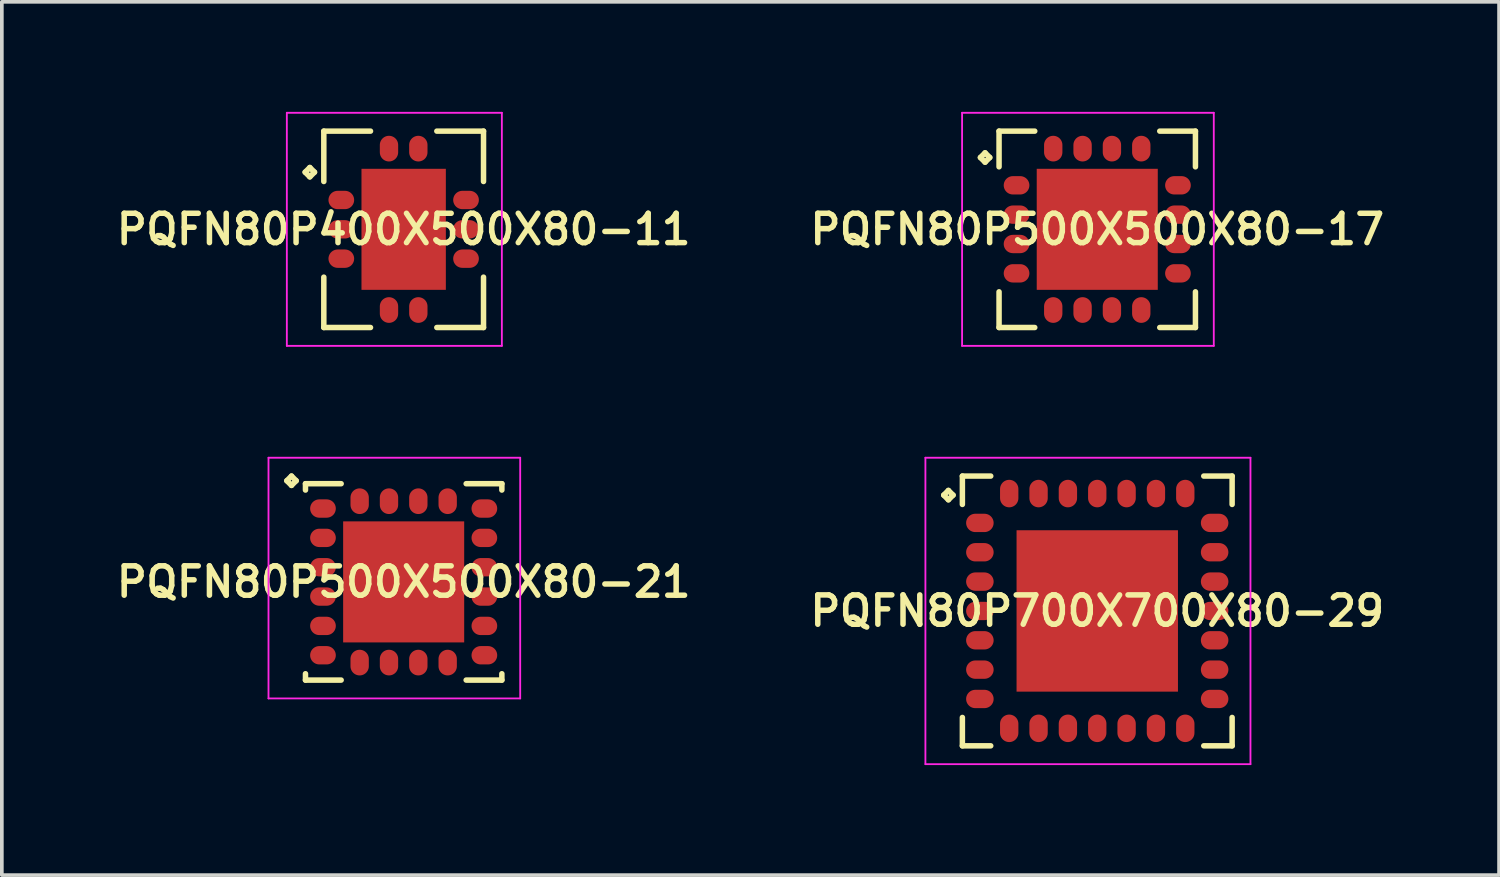
<source format=kicad_pcb>
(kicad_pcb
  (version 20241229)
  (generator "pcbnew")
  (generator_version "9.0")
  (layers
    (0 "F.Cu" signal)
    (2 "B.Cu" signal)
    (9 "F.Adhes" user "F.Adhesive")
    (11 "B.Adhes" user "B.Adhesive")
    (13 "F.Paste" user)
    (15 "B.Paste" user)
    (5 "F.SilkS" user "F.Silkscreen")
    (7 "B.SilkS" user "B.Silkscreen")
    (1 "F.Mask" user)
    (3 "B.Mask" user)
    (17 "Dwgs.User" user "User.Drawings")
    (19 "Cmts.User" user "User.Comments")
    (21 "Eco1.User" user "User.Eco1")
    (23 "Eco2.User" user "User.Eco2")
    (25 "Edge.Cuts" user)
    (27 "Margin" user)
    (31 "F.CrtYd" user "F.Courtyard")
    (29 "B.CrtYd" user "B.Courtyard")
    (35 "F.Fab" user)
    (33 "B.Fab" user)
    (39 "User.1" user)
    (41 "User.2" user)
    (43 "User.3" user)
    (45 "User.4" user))
  (footprint "PQFN80P700X700X80-29"
    (layer "F.Cu")
    (at 26.864 13.606)
    (property "Reference" "PQFN80P700X700X80-29" (at 0 0 0) (layer "F.SilkS") (effects (font (size 0.8 0.8) (thickness 0.15))))
    (attr smd)
    (fp_line (start -4.185 -3.158) (end -4.058 -3.285) (stroke (width 0.15) (type solid)) (layer "F.SilkS"))
    (fp_line (start -4.058 -3.285) (end -3.931 -3.158) (stroke (width 0.15) (type solid)) (layer "F.SilkS"))
    (fp_line (start -4.058 -3.031) (end -4.185 -3.158) (stroke (width 0.15) (type solid)) (layer "F.SilkS"))
    (fp_line (start -3.931 -3.158) (end -4.058 -3.031) (stroke (width 0.15) (type solid)) (layer "F.SilkS"))
    (fp_line (start -3.677 -3.677) (end -2.904 -3.677) (stroke (width 0.15) (type solid)) (layer "F.SilkS"))
    (fp_line (start -3.677 -2.904) (end -3.677 -3.677) (stroke (width 0.15) (type solid)) (layer "F.SilkS"))
    (fp_line (start -3.677 2.904) (end -3.677 3.677) (stroke (width 0.15) (type solid)) (layer "F.SilkS"))
    (fp_line (start -3.677 3.677) (end -2.904 3.677) (stroke (width 0.15) (type solid)) (layer "F.SilkS"))
    (fp_line (start 2.904 -3.677) (end 3.677 -3.677) (stroke (width 0.15) (type solid)) (layer "F.SilkS"))
    (fp_line (start 2.904 3.677) (end 3.677 3.677) (stroke (width 0.15) (type solid)) (layer "F.SilkS"))
    (fp_line (start 3.677 -3.677) (end 3.677 -2.904) (stroke (width 0.15) (type solid)) (layer "F.SilkS"))
    (fp_line (start 3.677 3.677) (end 3.677 2.904) (stroke (width 0.15) (type solid)) (layer "F.SilkS"))
    (fp_line (start -4.685 -4.177) (end 4.177 -4.177) (stroke (width 0.05) (type solid)) (layer "F.CrtYd"))
    (fp_line (start -4.685 4.177) (end -4.685 -4.177) (stroke (width 0.05) (type solid)) (layer "F.CrtYd"))
    (fp_line (start 4.177 -4.177) (end 4.177 4.177) (stroke (width 0.05) (type solid)) (layer "F.CrtYd"))
    (fp_line (start 4.177 4.177) (end -4.685 4.177) (stroke (width 0.05) (type solid)) (layer "F.CrtYd"))
    (pad "1" smd oval (at -3.2 -2.4) (size 0.75 0.5) (layers "F.Cu" "F.Mask" "F.Paste"))
    (pad "2" smd oval (at -3.2 -1.6) (size 0.75 0.5) (layers "F.Cu" "F.Mask" "F.Paste"))
    (pad "3" smd oval (at -3.2 -0.8) (size 0.75 0.5) (layers "F.Cu" "F.Mask" "F.Paste"))
    (pad "4" smd oval (at -3.2 0) (size 0.75 0.5) (layers "F.Cu" "F.Mask" "F.Paste"))
    (pad "5" smd oval (at -3.2 0.8) (size 0.75 0.5) (layers "F.Cu" "F.Mask" "F.Paste"))
    (pad "6" smd oval (at -3.2 1.6) (size 0.75 0.5) (layers "F.Cu" "F.Mask" "F.Paste"))
    (pad "7" smd oval (at -3.2 2.4) (size 0.75 0.5) (layers "F.Cu" "F.Mask" "F.Paste"))
    (pad "8" smd oval (at -2.4 3.2) (size 0.5 0.75) (layers "F.Cu" "F.Mask" "F.Paste"))
    (pad "9" smd oval (at -1.6 3.2) (size 0.5 0.75) (layers "F.Cu" "F.Mask" "F.Paste"))
    (pad "10" smd oval (at -0.8 3.2) (size 0.5 0.75) (layers "F.Cu" "F.Mask" "F.Paste"))
    (pad "11" smd oval (at 0 3.2) (size 0.5 0.75) (layers "F.Cu" "F.Mask" "F.Paste"))
    (pad "12" smd oval (at 0.8 3.2) (size 0.5 0.75) (layers "F.Cu" "F.Mask" "F.Paste"))
    (pad "13" smd oval (at 1.6 3.2) (size 0.5 0.75) (layers "F.Cu" "F.Mask" "F.Paste"))
    (pad "14" smd oval (at 2.4 3.2) (size 0.5 0.75) (layers "F.Cu" "F.Mask" "F.Paste"))
    (pad "15" smd oval (at 3.2 2.4) (size 0.75 0.5) (layers "F.Cu" "F.Mask" "F.Paste"))
    (pad "16" smd oval (at 3.2 1.6) (size 0.75 0.5) (layers "F.Cu" "F.Mask" "F.Paste"))
    (pad "17" smd oval (at 3.2 0.8) (size 0.75 0.5) (layers "F.Cu" "F.Mask" "F.Paste"))
    (pad "18" smd oval (at 3.2 0) (size 0.75 0.5) (layers "F.Cu" "F.Mask" "F.Paste"))
    (pad "19" smd oval (at 3.2 -0.8) (size 0.75 0.5) (layers "F.Cu" "F.Mask" "F.Paste"))
    (pad "20" smd oval (at 3.2 -1.6) (size 0.75 0.5) (layers "F.Cu" "F.Mask" "F.Paste"))
    (pad "21" smd oval (at 3.2 -2.4) (size 0.75 0.5) (layers "F.Cu" "F.Mask" "F.Paste"))
    (pad "22" smd oval (at 2.4 -3.2) (size 0.5 0.75) (layers "F.Cu" "F.Mask" "F.Paste"))
    (pad "23" smd oval (at 1.6 -3.2) (size 0.5 0.75) (layers "F.Cu" "F.Mask" "F.Paste"))
    (pad "24" smd oval (at 0.8 -3.2) (size 0.5 0.75) (layers "F.Cu" "F.Mask" "F.Paste"))
    (pad "25" smd oval (at 0 -3.2) (size 0.5 0.75) (layers "F.Cu" "F.Mask" "F.Paste"))
    (pad "26" smd oval (at -0.8 -3.2) (size 0.5 0.75) (layers "F.Cu" "F.Mask" "F.Paste"))
    (pad "27" smd oval (at -1.6 -3.2) (size 0.5 0.75) (layers "F.Cu" "F.Mask" "F.Paste"))
    (pad "28" smd oval (at -2.4 -3.2) (size 0.5 0.75) (layers "F.Cu" "F.Mask" "F.Paste"))
    (pad "29" smd rect (at 0 0) (size 4.4 4.4) (layers "F.Cu" "F.Mask" "F.Paste")))
  (footprint "PQFN80P500X500X80-17"
    (layer "F.Cu")
    (at 26.864 3.202)
    (property "Reference" "PQFN80P500X500X80-17" (at 0 0 0) (layer "F.SilkS") (effects (font (size 0.8 0.8) (thickness 0.15))))
    (attr smd)
    (fp_line (start -3.185 -1.958) (end -3.058 -2.085) (stroke (width 0.15) (type solid)) (layer "F.SilkS"))
    (fp_line (start -3.058 -2.085) (end -2.931 -1.958) (stroke (width 0.15) (type solid)) (layer "F.SilkS"))
    (fp_line (start -3.058 -1.831) (end -3.185 -1.958) (stroke (width 0.15) (type solid)) (layer "F.SilkS"))
    (fp_line (start -2.931 -1.958) (end -3.058 -1.831) (stroke (width 0.15) (type solid)) (layer "F.SilkS"))
    (fp_line (start -2.677 -2.677) (end -1.704 -2.677) (stroke (width 0.15) (type solid)) (layer "F.SilkS"))
    (fp_line (start -2.677 -1.704) (end -2.677 -2.677) (stroke (width 0.15) (type solid)) (layer "F.SilkS"))
    (fp_line (start -2.677 1.704) (end -2.677 2.677) (stroke (width 0.15) (type solid)) (layer "F.SilkS"))
    (fp_line (start -2.677 2.677) (end -1.704 2.677) (stroke (width 0.15) (type solid)) (layer "F.SilkS"))
    (fp_line (start 1.704 -2.677) (end 2.677 -2.677) (stroke (width 0.15) (type solid)) (layer "F.SilkS"))
    (fp_line (start 1.704 2.677) (end 2.677 2.677) (stroke (width 0.15) (type solid)) (layer "F.SilkS"))
    (fp_line (start 2.677 -2.677) (end 2.677 -1.704) (stroke (width 0.15) (type solid)) (layer "F.SilkS"))
    (fp_line (start 2.677 2.677) (end 2.677 1.704) (stroke (width 0.15) (type solid)) (layer "F.SilkS"))
    (fp_line (start -3.685 -3.177) (end 3.177 -3.177) (stroke (width 0.05) (type solid)) (layer "F.CrtYd"))
    (fp_line (start -3.685 3.177) (end -3.685 -3.177) (stroke (width 0.05) (type solid)) (layer "F.CrtYd"))
    (fp_line (start 3.177 -3.177) (end 3.177 3.177) (stroke (width 0.05) (type solid)) (layer "F.CrtYd"))
    (fp_line (start 3.177 3.177) (end -3.685 3.177) (stroke (width 0.05) (type solid)) (layer "F.CrtYd"))
    (pad "1" smd oval (at -2.2 -1.2) (size 0.7 0.5) (layers "F.Cu" "F.Mask" "F.Paste"))
    (pad "2" smd oval (at -2.2 -0.4) (size 0.7 0.5) (layers "F.Cu" "F.Mask" "F.Paste"))
    (pad "3" smd oval (at -2.2 0.4) (size 0.7 0.5) (layers "F.Cu" "F.Mask" "F.Paste"))
    (pad "4" smd oval (at -2.2 1.2) (size 0.7 0.5) (layers "F.Cu" "F.Mask" "F.Paste"))
    (pad "5" smd oval (at -1.2 2.2) (size 0.5 0.7) (layers "F.Cu" "F.Mask" "F.Paste"))
    (pad "6" smd oval (at -0.4 2.2) (size 0.5 0.7) (layers "F.Cu" "F.Mask" "F.Paste"))
    (pad "7" smd oval (at 0.4 2.2) (size 0.5 0.7) (layers "F.Cu" "F.Mask" "F.Paste"))
    (pad "8" smd oval (at 1.2 2.2) (size 0.5 0.7) (layers "F.Cu" "F.Mask" "F.Paste"))
    (pad "9" smd oval (at 2.2 1.2) (size 0.7 0.5) (layers "F.Cu" "F.Mask" "F.Paste"))
    (pad "10" smd oval (at 2.2 0.4) (size 0.7 0.5) (layers "F.Cu" "F.Mask" "F.Paste"))
    (pad "11" smd oval (at 2.2 -0.4) (size 0.7 0.5) (layers "F.Cu" "F.Mask" "F.Paste"))
    (pad "12" smd oval (at 2.2 -1.2) (size 0.7 0.5) (layers "F.Cu" "F.Mask" "F.Paste"))
    (pad "13" smd oval (at 1.2 -2.2) (size 0.5 0.7) (layers "F.Cu" "F.Mask" "F.Paste"))
    (pad "14" smd oval (at 0.4 -2.2) (size 0.5 0.7) (layers "F.Cu" "F.Mask" "F.Paste"))
    (pad "15" smd oval (at -0.4 -2.2) (size 0.5 0.7) (layers "F.Cu" "F.Mask" "F.Paste"))
    (pad "16" smd oval (at -1.2 -2.2) (size 0.5 0.7) (layers "F.Cu" "F.Mask" "F.Paste"))
    (pad "17" smd rect (at 0 0) (size 3.3 3.3) (layers "F.Cu" "F.Mask" "F.Paste")))
  (footprint "PQFN80P500X500X80-21"
    (layer "F.Cu")
    (at 7.955 12.814)
    (property "Reference" "PQFN80P500X500X80-21" (at 0 0 0) (layer "F.SilkS") (effects (font (size 0.8 0.8) (thickness 0.15))))
    (attr smd)
    (fp_line (start -3.185 -2.758) (end -3.058 -2.885) (stroke (width 0.15) (type solid)) (layer "F.SilkS"))
    (fp_line (start -3.058 -2.885) (end -2.931 -2.758) (stroke (width 0.15) (type solid)) (layer "F.SilkS"))
    (fp_line (start -3.058 -2.631) (end -3.185 -2.758) (stroke (width 0.15) (type solid)) (layer "F.SilkS"))
    (fp_line (start -2.931 -2.758) (end -3.058 -2.631) (stroke (width 0.15) (type solid)) (layer "F.SilkS"))
    (fp_line (start -2.677 -2.677) (end -1.704 -2.677) (stroke (width 0.15) (type solid)) (layer "F.SilkS"))
    (fp_line (start -2.677 -2.504) (end -2.677 -2.677) (stroke (width 0.15) (type solid)) (layer "F.SilkS"))
    (fp_line (start -2.677 2.504) (end -2.677 2.677) (stroke (width 0.15) (type solid)) (layer "F.SilkS"))
    (fp_line (start -2.677 2.677) (end -1.704 2.677) (stroke (width 0.15) (type solid)) (layer "F.SilkS"))
    (fp_line (start 1.704 -2.677) (end 2.677 -2.677) (stroke (width 0.15) (type solid)) (layer "F.SilkS"))
    (fp_line (start 1.704 2.677) (end 2.677 2.677) (stroke (width 0.15) (type solid)) (layer "F.SilkS"))
    (fp_line (start 2.677 -2.677) (end 2.677 -2.504) (stroke (width 0.15) (type solid)) (layer "F.SilkS"))
    (fp_line (start 2.677 2.677) (end 2.677 2.504) (stroke (width 0.15) (type solid)) (layer "F.SilkS"))
    (fp_line (start -3.685 -3.385) (end 3.177 -3.385) (stroke (width 0.05) (type solid)) (layer "F.CrtYd"))
    (fp_line (start -3.685 3.177) (end -3.685 -3.385) (stroke (width 0.05) (type solid)) (layer "F.CrtYd"))
    (fp_line (start 3.177 -3.385) (end 3.177 3.177) (stroke (width 0.05) (type solid)) (layer "F.CrtYd"))
    (fp_line (start 3.177 3.177) (end -3.685 3.177) (stroke (width 0.05) (type solid)) (layer "F.CrtYd"))
    (pad "1" smd oval (at -2.2 -2) (size 0.7 0.5) (layers "F.Cu" "F.Mask" "F.Paste"))
    (pad "2" smd oval (at -2.2 -1.2) (size 0.7 0.5) (layers "F.Cu" "F.Mask" "F.Paste"))
    (pad "3" smd oval (at -2.2 -0.4) (size 0.7 0.5) (layers "F.Cu" "F.Mask" "F.Paste"))
    (pad "4" smd oval (at -2.2 0.4) (size 0.7 0.5) (layers "F.Cu" "F.Mask" "F.Paste"))
    (pad "5" smd oval (at -2.2 1.2) (size 0.7 0.5) (layers "F.Cu" "F.Mask" "F.Paste"))
    (pad "6" smd oval (at -2.2 2) (size 0.7 0.5) (layers "F.Cu" "F.Mask" "F.Paste"))
    (pad "7" smd oval (at -1.2 2.2) (size 0.5 0.7) (layers "F.Cu" "F.Mask" "F.Paste"))
    (pad "8" smd oval (at -0.4 2.2) (size 0.5 0.7) (layers "F.Cu" "F.Mask" "F.Paste"))
    (pad "9" smd oval (at 0.4 2.2) (size 0.5 0.7) (layers "F.Cu" "F.Mask" "F.Paste"))
    (pad "10" smd oval (at 1.2 2.2) (size 0.5 0.7) (layers "F.Cu" "F.Mask" "F.Paste"))
    (pad "11" smd oval (at 2.2 2) (size 0.7 0.5) (layers "F.Cu" "F.Mask" "F.Paste"))
    (pad "12" smd oval (at 2.2 1.2) (size 0.7 0.5) (layers "F.Cu" "F.Mask" "F.Paste"))
    (pad "13" smd oval (at 2.2 0.4) (size 0.7 0.5) (layers "F.Cu" "F.Mask" "F.Paste"))
    (pad "14" smd oval (at 2.2 -0.4) (size 0.7 0.5) (layers "F.Cu" "F.Mask" "F.Paste"))
    (pad "15" smd oval (at 2.2 -1.2) (size 0.7 0.5) (layers "F.Cu" "F.Mask" "F.Paste"))
    (pad "16" smd oval (at 2.2 -2) (size 0.7 0.5) (layers "F.Cu" "F.Mask" "F.Paste"))
    (pad "17" smd oval (at 1.2 -2.2) (size 0.5 0.7) (layers "F.Cu" "F.Mask" "F.Paste"))
    (pad "18" smd oval (at 0.4 -2.2) (size 0.5 0.7) (layers "F.Cu" "F.Mask" "F.Paste"))
    (pad "19" smd oval (at -0.4 -2.2) (size 0.5 0.7) (layers "F.Cu" "F.Mask" "F.Paste"))
    (pad "20" smd oval (at -1.2 -2.2) (size 0.5 0.7) (layers "F.Cu" "F.Mask" "F.Paste"))
    (pad "21" smd rect (at 0 0) (size 3.3 3.3) (layers "F.Cu" "F.Mask" "F.Paste")))
  (footprint "PQFN80P400X500X80-11"
    (layer "F.Cu")
    (at 7.955 3.202)
    (property "Reference" "PQFN80P400X500X80-11" (at 0 0 0) (layer "F.SilkS") (effects (font (size 0.8 0.8) (thickness 0.15))))
    (attr smd)
    (fp_line (start -2.685 -1.558) (end -2.558 -1.685) (stroke (width 0.15) (type solid)) (layer "F.SilkS"))
    (fp_line (start -2.558 -1.685) (end -2.431 -1.558) (stroke (width 0.15) (type solid)) (layer "F.SilkS"))
    (fp_line (start -2.558 -1.431) (end -2.685 -1.558) (stroke (width 0.15) (type solid)) (layer "F.SilkS"))
    (fp_line (start -2.431 -1.558) (end -2.558 -1.431) (stroke (width 0.15) (type solid)) (layer "F.SilkS"))
    (fp_line (start -2.177 -2.677) (end -0.904 -2.677) (stroke (width 0.15) (type solid)) (layer "F.SilkS"))
    (fp_line (start -2.177 -1.304) (end -2.177 -2.677) (stroke (width 0.15) (type solid)) (layer "F.SilkS"))
    (fp_line (start -2.177 1.304) (end -2.177 2.677) (stroke (width 0.15) (type solid)) (layer "F.SilkS"))
    (fp_line (start -2.177 2.677) (end -0.904 2.677) (stroke (width 0.15) (type solid)) (layer "F.SilkS"))
    (fp_line (start 0.904 -2.677) (end 2.177 -2.677) (stroke (width 0.15) (type solid)) (layer "F.SilkS"))
    (fp_line (start 0.904 2.677) (end 2.177 2.677) (stroke (width 0.15) (type solid)) (layer "F.SilkS"))
    (fp_line (start 2.177 -2.677) (end 2.177 -1.304) (stroke (width 0.15) (type solid)) (layer "F.SilkS"))
    (fp_line (start 2.177 2.677) (end 2.177 1.304) (stroke (width 0.15) (type solid)) (layer "F.SilkS"))
    (fp_line (start -3.185 -3.177) (end 2.677 -3.177) (stroke (width 0.05) (type solid)) (layer "F.CrtYd"))
    (fp_line (start -3.185 3.177) (end -3.185 -3.177) (stroke (width 0.05) (type solid)) (layer "F.CrtYd"))
    (fp_line (start 2.677 -3.177) (end 2.677 3.177) (stroke (width 0.05) (type solid)) (layer "F.CrtYd"))
    (fp_line (start 2.677 3.177) (end -3.185 3.177) (stroke (width 0.05) (type solid)) (layer "F.CrtYd"))
    (pad "1" smd oval (at -1.7 -0.8) (size 0.7 0.5) (layers "F.Cu" "F.Mask" "F.Paste"))
    (pad "2" smd oval (at -1.7 0) (size 0.7 0.5) (layers "F.Cu" "F.Mask" "F.Paste"))
    (pad "3" smd oval (at -1.7 0.8) (size 0.7 0.5) (layers "F.Cu" "F.Mask" "F.Paste"))
    (pad "4" smd oval (at -0.4 2.2) (size 0.5 0.7) (layers "F.Cu" "F.Mask" "F.Paste"))
    (pad "5" smd oval (at 0.4 2.2) (size 0.5 0.7) (layers "F.Cu" "F.Mask" "F.Paste"))
    (pad "6" smd oval (at 1.7 0.8) (size 0.7 0.5) (layers "F.Cu" "F.Mask" "F.Paste"))
    (pad "7" smd oval (at 1.7 0) (size 0.7 0.5) (layers "F.Cu" "F.Mask" "F.Paste"))
    (pad "8" smd oval (at 1.7 -0.8) (size 0.7 0.5) (layers "F.Cu" "F.Mask" "F.Paste"))
    (pad "9" smd oval (at 0.4 -2.2) (size 0.5 0.7) (layers "F.Cu" "F.Mask" "F.Paste"))
    (pad "10" smd oval (at -0.4 -2.2) (size 0.5 0.7) (layers "F.Cu" "F.Mask" "F.Paste"))
    (pad "11" smd rect (at 0 0) (size 2.3 3.3) (layers "F.Cu" "F.Mask" "F.Paste")))
  (gr_rect
    (start -3 -3)
    (end 37.818 20.808)
    (stroke (width 0.1) (type default))
    (fill no)
    (layer "Edge.Cuts")))
</source>
